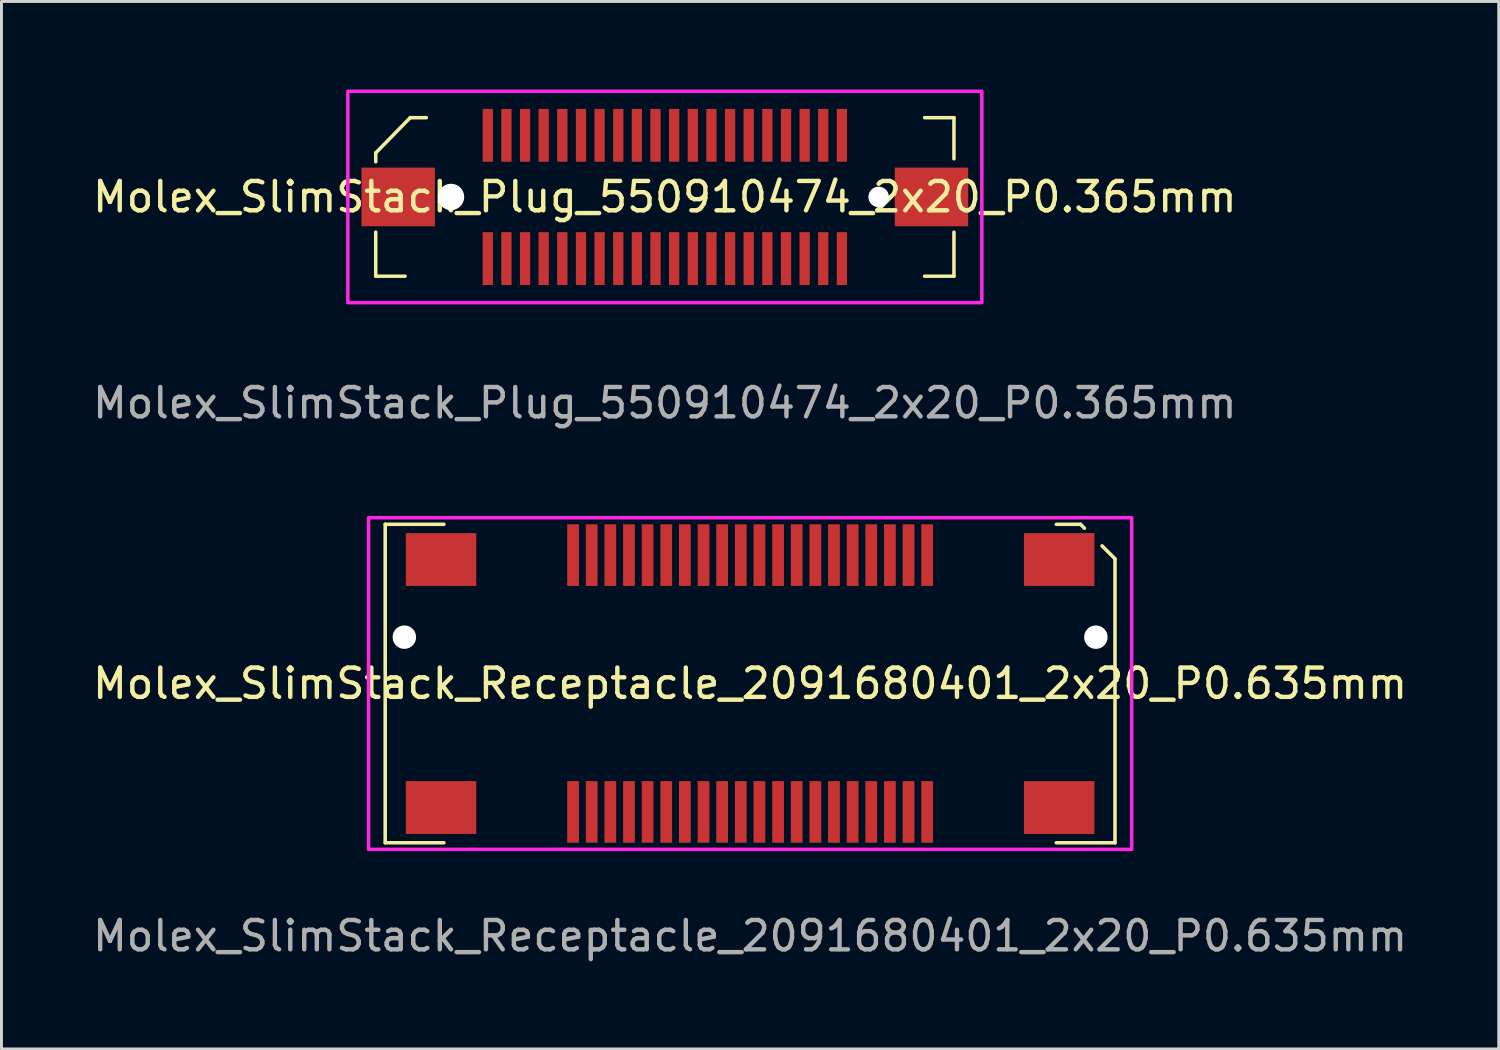
<source format=kicad_pcb>
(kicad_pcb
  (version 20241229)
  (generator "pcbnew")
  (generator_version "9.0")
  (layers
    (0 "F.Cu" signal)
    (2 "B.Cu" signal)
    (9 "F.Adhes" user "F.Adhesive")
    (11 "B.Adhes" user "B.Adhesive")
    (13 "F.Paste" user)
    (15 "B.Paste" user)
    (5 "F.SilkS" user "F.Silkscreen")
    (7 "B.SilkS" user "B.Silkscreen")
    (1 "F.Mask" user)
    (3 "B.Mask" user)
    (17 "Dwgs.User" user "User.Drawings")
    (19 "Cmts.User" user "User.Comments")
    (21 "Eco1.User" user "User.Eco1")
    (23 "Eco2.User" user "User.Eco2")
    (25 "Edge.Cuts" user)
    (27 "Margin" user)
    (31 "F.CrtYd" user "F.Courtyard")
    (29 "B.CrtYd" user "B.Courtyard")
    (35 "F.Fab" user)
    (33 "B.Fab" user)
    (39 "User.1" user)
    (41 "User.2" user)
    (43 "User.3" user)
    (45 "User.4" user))
  (footprint "Molex_SlimStack_Plug_550910474_2x20_P0.365mm"
    (layer "F.Cu")
    (at 19.601 3.66)
    (property "Reference" "Molex_SlimStack_Plug_550910474_2x20_P0.365mm" (at 0 0 0) (unlocked yes) (layer "F.SilkS") (effects (font (size 1 1) (thickness 0.15))))
    (attr smd)
    (fp_line (start -9.85 -1.5) (end -9.85 -1.2) (stroke (width 0.12) (type solid)) (layer "F.SilkS"))
    (fp_line (start -9.85 -1.5) (end -8.675 -2.7) (stroke (width 0.12) (type solid)) (layer "F.SilkS"))
    (fp_line (start -9.85 1.2) (end -9.85 2.7) (stroke (width 0.12) (type solid)) (layer "F.SilkS"))
    (fp_line (start -9.85 2.7) (end -8.85 2.7) (stroke (width 0.12) (type solid)) (layer "F.SilkS"))
    (fp_line (start -8.675 -2.7) (end -8.125 -2.7) (stroke (width 0.12) (type solid)) (layer "F.SilkS"))
    (fp_line (start 9.85 -2.7) (end 8.85 -2.7) (stroke (width 0.12) (type solid)) (layer "F.SilkS"))
    (fp_line (start 9.85 -2.7) (end 9.85 -1.3) (stroke (width 0.12) (type solid)) (layer "F.SilkS"))
    (fp_line (start 9.85 1.2) (end 9.85 2.7) (stroke (width 0.12) (type solid)) (layer "F.SilkS"))
    (fp_line (start 9.85 2.7) (end 8.85 2.7) (stroke (width 0.12) (type solid)) (layer "F.SilkS"))
    (fp_rect (start 10.8 -3.6) (end -10.8 3.6) (stroke (width 0.12) (type solid)) (fill no) (layer "F.CrtYd"))
    (fp_text user "${REFERENCE}" (at 0 7.02 0) (layer "F.Fab") (effects (font (size 1 1) (thickness 0.15))))
    (pad "" np_thru_hole circle (at -7.285 0) (size 0.9 0.9) (drill 0.9) (layers "*.Cu" "*.Mask"))
    (pad "" np_thru_hole circle (at 7.285 0) (size 0.7 0.7) (drill 0.7) (layers "*.Cu" "*.Mask"))
    (pad "1" smd rect (at -6.032 -2.1) (size 0.35 1.8) (layers "F.Cu" "F.Mask" "F.Paste"))
    (pad "2" smd rect (at -5.397 -2.1) (size 0.35 1.8) (layers "F.Cu" "F.Mask" "F.Paste"))
    (pad "3" smd rect (at -4.763 -2.1) (size 0.35 1.8) (layers "F.Cu" "F.Mask" "F.Paste"))
    (pad "4" smd rect (at -4.128 -2.1) (size 0.35 1.8) (layers "F.Cu" "F.Mask" "F.Paste"))
    (pad "5" smd rect (at -3.493 -2.1) (size 0.35 1.8) (layers "F.Cu" "F.Mask" "F.Paste"))
    (pad "6" smd rect (at -2.857 -2.1) (size 0.35 1.8) (layers "F.Cu" "F.Mask" "F.Paste"))
    (pad "7" smd rect (at -2.223 -2.1) (size 0.35 1.8) (layers "F.Cu" "F.Mask" "F.Paste"))
    (pad "8" smd rect (at -1.587 -2.1) (size 0.35 1.8) (layers "F.Cu" "F.Mask" "F.Paste"))
    (pad "9" smd rect (at -0.953 -2.1) (size 0.35 1.8) (layers "F.Cu" "F.Mask" "F.Paste"))
    (pad "10" smd rect (at -0.318 -2.1) (size 0.35 1.8) (layers "F.Cu" "F.Mask" "F.Paste"))
    (pad "11" smd rect (at 0.318 -2.1) (size 0.35 1.8) (layers "F.Cu" "F.Mask" "F.Paste"))
    (pad "12" smd rect (at 0.953 -2.1) (size 0.35 1.8) (layers "F.Cu" "F.Mask" "F.Paste"))
    (pad "13" smd rect (at 1.587 -2.1) (size 0.35 1.8) (layers "F.Cu" "F.Mask" "F.Paste"))
    (pad "14" smd rect (at 2.223 -2.1) (size 0.35 1.8) (layers "F.Cu" "F.Mask" "F.Paste"))
    (pad "15" smd rect (at 2.857 -2.1) (size 0.35 1.8) (layers "F.Cu" "F.Mask" "F.Paste"))
    (pad "16" smd rect (at 3.493 -2.1) (size 0.35 1.8) (layers "F.Cu" "F.Mask" "F.Paste"))
    (pad "17" smd rect (at 4.128 -2.1) (size 0.35 1.8) (layers "F.Cu" "F.Mask" "F.Paste"))
    (pad "18" smd rect (at 4.763 -2.1) (size 0.35 1.8) (layers "F.Cu" "F.Mask" "F.Paste"))
    (pad "19" smd rect (at 5.397 -2.1) (size 0.35 1.8) (layers "F.Cu" "F.Mask" "F.Paste"))
    (pad "20" smd rect (at 6.032 -2.1) (size 0.35 1.8) (layers "F.Cu" "F.Mask" "F.Paste"))
    (pad "21" smd rect (at 6.032 2.1) (size 0.35 1.8) (layers "F.Cu" "F.Mask" "F.Paste"))
    (pad "22" smd rect (at 5.397 2.1) (size 0.35 1.8) (layers "F.Cu" "F.Mask" "F.Paste"))
    (pad "23" smd rect (at 4.763 2.1) (size 0.35 1.8) (layers "F.Cu" "F.Mask" "F.Paste"))
    (pad "24" smd rect (at 4.128 2.1) (size 0.35 1.8) (layers "F.Cu" "F.Mask" "F.Paste"))
    (pad "25" smd rect (at 3.493 2.1) (size 0.35 1.8) (layers "F.Cu" "F.Mask" "F.Paste"))
    (pad "26" smd rect (at 2.857 2.1) (size 0.35 1.8) (layers "F.Cu" "F.Mask" "F.Paste"))
    (pad "27" smd rect (at 2.223 2.1) (size 0.35 1.8) (layers "F.Cu" "F.Mask" "F.Paste"))
    (pad "28" smd rect (at 1.587 2.1) (size 0.35 1.8) (layers "F.Cu" "F.Mask" "F.Paste"))
    (pad "29" smd rect (at 0.953 2.1) (size 0.35 1.8) (layers "F.Cu" "F.Mask" "F.Paste"))
    (pad "30" smd rect (at 0.318 2.1) (size 0.35 1.8) (layers "F.Cu" "F.Mask" "F.Paste"))
    (pad "31" smd rect (at -0.318 2.1) (size 0.35 1.8) (layers "F.Cu" "F.Mask" "F.Paste"))
    (pad "32" smd rect (at -0.953 2.1) (size 0.35 1.8) (layers "F.Cu" "F.Mask" "F.Paste"))
    (pad "33" smd rect (at -1.587 2.1) (size 0.35 1.8) (layers "F.Cu" "F.Mask" "F.Paste"))
    (pad "34" smd rect (at -2.223 2.1) (size 0.35 1.8) (layers "F.Cu" "F.Mask" "F.Paste"))
    (pad "35" smd rect (at -2.857 2.1) (size 0.35 1.8) (layers "F.Cu" "F.Mask" "F.Paste"))
    (pad "36" smd rect (at -3.493 2.1) (size 0.35 1.8) (layers "F.Cu" "F.Mask" "F.Paste"))
    (pad "37" smd rect (at -4.128 2.1) (size 0.35 1.8) (layers "F.Cu" "F.Mask" "F.Paste"))
    (pad "38" smd rect (at -4.763 2.1) (size 0.35 1.8) (layers "F.Cu" "F.Mask" "F.Paste"))
    (pad "39" smd rect (at -5.397 2.1) (size 0.35 1.8) (layers "F.Cu" "F.Mask" "F.Paste"))
    (pad "40" smd rect (at -6.032 2.1) (size 0.35 1.8) (layers "F.Cu" "F.Mask" "F.Paste"))
    (pad "MP" smd rect (at -9.085 0) (size 2.5 2) (layers "F.Cu" "F.Mask" "F.Paste"))
    (pad "MP" smd rect (at 9.085 0) (size 2.5 2) (layers "F.Cu" "F.Mask" "F.Paste")))
  (footprint "Molex_SlimStack_Receptacle_2091680401_2x20_P0.635mm"
    (layer "F.Cu")
    (at 22.506 20.238)
    (property "Reference" "Molex_SlimStack_Receptacle_2091680401_2x20_P0.635mm" (at 0 0 0) (unlocked yes) (layer "F.SilkS") (effects (font (size 1 1) (thickness 0.15))))
    (attr smd)
    (fp_line (start -12.432 -5.425) (end -10.432 -5.425) (stroke (width 0.12) (type solid)) (layer "F.SilkS"))
    (fp_line (start -12.432 5.425) (end -12.432 -5.425) (stroke (width 0.12) (type solid)) (layer "F.SilkS"))
    (fp_line (start -12.432 5.425) (end -10.432 5.425) (stroke (width 0.12) (type solid)) (layer "F.SilkS"))
    (fp_line (start 11.258 -5.425) (end 10.432 -5.425) (stroke (width 0.12) (type solid)) (layer "F.SilkS"))
    (fp_line (start 11.391 -5.291) (end 11.258 -5.425) (stroke (width 0.12) (type solid)) (layer "F.SilkS"))
    (fp_line (start 12.432 -4.25) (end 11.991 -4.691) (stroke (width 0.12) (type solid)) (layer "F.SilkS"))
    (fp_line (start 12.432 -4.25) (end 12.432 5.425) (stroke (width 0.12) (type solid)) (layer "F.SilkS"))
    (fp_line (start 12.432 5.425) (end 10.432 5.425) (stroke (width 0.12) (type solid)) (layer "F.SilkS"))
    (fp_rect (start -13 -5.65) (end 13 5.65) (stroke (width 0.12) (type solid)) (fill no) (layer "F.CrtYd"))
    (fp_text user "${REFERENCE}" (at 0 8.6 0) (unlocked yes) (layer "F.Fab") (effects (font (size 1 1) (thickness 0.15))))
    (pad "" np_thru_hole circle (at -11.78 -1.58) (size 0.8 0.8) (drill 0.8) (layers "*.Cu" "*.Mask"))
    (pad "" np_thru_hole circle (at 11.78 -1.58) (size 0.8 0.8) (drill 0.8) (layers "*.Cu" "*.Mask"))
    (pad "1" smd rect (at 6.032 -4.375 90) (size 2.1 0.4) (layers "F.Cu" "F.Mask" "F.Paste"))
    (pad "2" smd rect (at 5.397 -4.375 90) (size 2.1 0.4) (layers "F.Cu" "F.Mask" "F.Paste"))
    (pad "3" smd rect (at 4.763 -4.375 90) (size 2.1 0.4) (layers "F.Cu" "F.Mask" "F.Paste"))
    (pad "4" smd rect (at 4.128 -4.375 90) (size 2.1 0.4) (layers "F.Cu" "F.Mask" "F.Paste"))
    (pad "5" smd rect (at 3.493 -4.375 90) (size 2.1 0.4) (layers "F.Cu" "F.Mask" "F.Paste"))
    (pad "6" smd rect (at 2.857 -4.375 90) (size 2.1 0.4) (layers "F.Cu" "F.Mask" "F.Paste"))
    (pad "7" smd rect (at 2.223 -4.375 90) (size 2.1 0.4) (layers "F.Cu" "F.Mask" "F.Paste"))
    (pad "8" smd rect (at 1.587 -4.375 90) (size 2.1 0.4) (layers "F.Cu" "F.Mask" "F.Paste"))
    (pad "9" smd rect (at 0.953 -4.375 90) (size 2.1 0.4) (layers "F.Cu" "F.Mask" "F.Paste"))
    (pad "10" smd rect (at 0.318 -4.375 90) (size 2.1 0.4) (layers "F.Cu" "F.Mask" "F.Paste"))
    (pad "11" smd rect (at -0.318 -4.375 90) (size 2.1 0.4) (layers "F.Cu" "F.Mask" "F.Paste"))
    (pad "12" smd rect (at -0.953 -4.375 90) (size 2.1 0.4) (layers "F.Cu" "F.Mask" "F.Paste"))
    (pad "13" smd rect (at -1.587 -4.375 90) (size 2.1 0.4) (layers "F.Cu" "F.Mask" "F.Paste"))
    (pad "14" smd rect (at -2.223 -4.375 90) (size 2.1 0.4) (layers "F.Cu" "F.Mask" "F.Paste"))
    (pad "15" smd rect (at -2.857 -4.375 90) (size 2.1 0.4) (layers "F.Cu" "F.Mask" "F.Paste"))
    (pad "16" smd rect (at -3.493 -4.375 90) (size 2.1 0.4) (layers "F.Cu" "F.Mask" "F.Paste"))
    (pad "17" smd rect (at -4.128 -4.375 90) (size 2.1 0.4) (layers "F.Cu" "F.Mask" "F.Paste"))
    (pad "18" smd rect (at -4.763 -4.375 90) (size 2.1 0.4) (layers "F.Cu" "F.Mask" "F.Paste"))
    (pad "19" smd rect (at -5.397 -4.375 90) (size 2.1 0.4) (layers "F.Cu" "F.Mask" "F.Paste"))
    (pad "20" smd rect (at -6.032 -4.375 90) (size 2.1 0.4) (layers "F.Cu" "F.Mask" "F.Paste"))
    (pad "21" smd rect (at -6.032 4.375 90) (size 2.1 0.4) (layers "F.Cu" "F.Mask" "F.Paste"))
    (pad "22" smd rect (at -5.397 4.375 90) (size 2.1 0.4) (layers "F.Cu" "F.Mask" "F.Paste"))
    (pad "23" smd rect (at -4.763 4.375 90) (size 2.1 0.4) (layers "F.Cu" "F.Mask" "F.Paste"))
    (pad "24" smd rect (at -4.128 4.375 90) (size 2.1 0.4) (layers "F.Cu" "F.Mask" "F.Paste"))
    (pad "25" smd rect (at -3.493 4.375 90) (size 2.1 0.4) (layers "F.Cu" "F.Mask" "F.Paste"))
    (pad "26" smd rect (at -2.857 4.375 90) (size 2.1 0.4) (layers "F.Cu" "F.Mask" "F.Paste"))
    (pad "27" smd rect (at -2.223 4.375 90) (size 2.1 0.4) (layers "F.Cu" "F.Mask" "F.Paste"))
    (pad "28" smd rect (at -1.587 4.375 90) (size 2.1 0.4) (layers "F.Cu" "F.Mask" "F.Paste"))
    (pad "29" smd rect (at -0.953 4.375 90) (size 2.1 0.4) (layers "F.Cu" "F.Mask" "F.Paste"))
    (pad "30" smd rect (at -0.318 4.375 90) (size 2.1 0.4) (layers "F.Cu" "F.Mask" "F.Paste"))
    (pad "31" smd rect (at 0.318 4.375 90) (size 2.1 0.4) (layers "F.Cu" "F.Mask" "F.Paste"))
    (pad "32" smd rect (at 0.953 4.375 90) (size 2.1 0.4) (layers "F.Cu" "F.Mask" "F.Paste"))
    (pad "33" smd rect (at 1.587 4.375 90) (size 2.1 0.4) (layers "F.Cu" "F.Mask" "F.Paste"))
    (pad "34" smd rect (at 2.223 4.375 90) (size 2.1 0.4) (layers "F.Cu" "F.Mask" "F.Paste"))
    (pad "35" smd rect (at 2.857 4.375 90) (size 2.1 0.4) (layers "F.Cu" "F.Mask" "F.Paste"))
    (pad "36" smd rect (at 3.493 4.375 90) (size 2.1 0.4) (layers "F.Cu" "F.Mask" "F.Paste"))
    (pad "37" smd rect (at 4.128 4.375 90) (size 2.1 0.4) (layers "F.Cu" "F.Mask" "F.Paste"))
    (pad "38" smd rect (at 4.763 4.375 90) (size 2.1 0.4) (layers "F.Cu" "F.Mask" "F.Paste"))
    (pad "39" smd rect (at 5.397 4.375 90) (size 2.1 0.4) (layers "F.Cu" "F.Mask" "F.Paste"))
    (pad "40" smd rect (at 6.032 4.375 90) (size 2.1 0.4) (layers "F.Cu" "F.Mask" "F.Paste"))
    (pad "MP" smd rect (at -10.53 -4.225) (size 2.4 1.8) (layers "F.Cu" "F.Mask" "F.Paste"))
    (pad "MP" smd rect (at -10.53 4.225) (size 2.4 1.8) (layers "F.Cu" "F.Mask" "F.Paste"))
    (pad "MP" smd rect (at 10.53 -4.225) (size 2.4 1.8) (layers "F.Cu" "F.Mask" "F.Paste"))
    (pad "MP" smd rect (at 10.53 4.225) (size 2.4 1.8) (layers "F.Cu" "F.Mask" "F.Paste")))
  (gr_rect
    (start -3 -3)
    (end 48.012 32.687)
    (stroke (width 0.1) (type default))
    (fill no)
    (layer "Edge.Cuts")))
</source>
